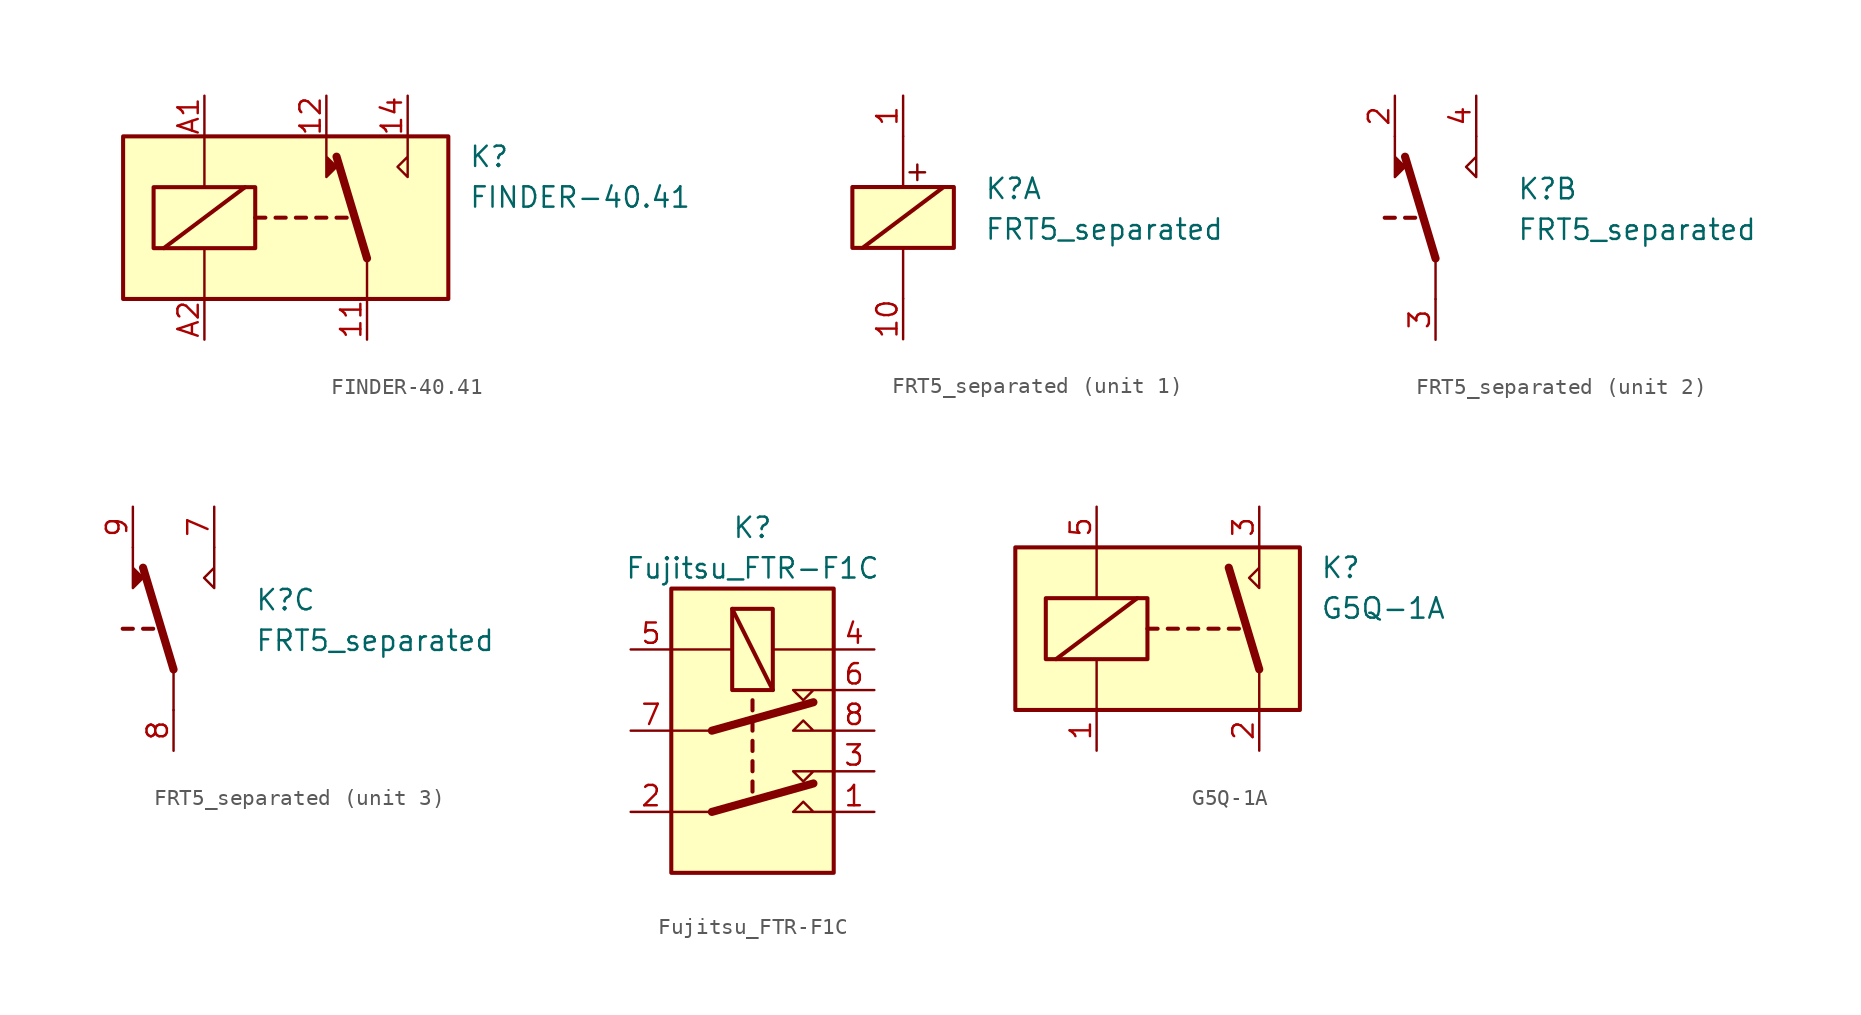
<source format=kicad_sym>
(kicad_symbol_lib
  (version 20231120)
  (generator "kicad_symbol_editor")
  (generator_version "8.0")
  (symbol "FINDER-40.41"
    (property "Reference" "K"
      (at 11.43 3.81 0)
      (effects (font (size 1.27 1.27)) (justify left)))
    (property "Value" "FINDER-40.41"
      (at 11.43 1.27 0)
      (effects (font (size 1.27 1.27)) (justify left)))
    (symbol "FINDER-40.41_0_0"
      (polyline (pts (xy 7.62 5.08) (xy 7.62 2.54) (xy 6.985 3.175) (xy 7.62 3.81)) (stroke (width 0) (type default)) (fill (type none))))
    (symbol "FINDER-40.41_0_1"
      (rectangle (start -10.16 5.08) (end 10.16 -5.08) (stroke (width 0.254) (type default)) (fill (type background)))
      (rectangle (start -8.255 1.905) (end -1.905 -1.905) (stroke (width 0.254) (type default)) (fill (type none)))
      (polyline (pts (xy -7.62 -1.905) (xy -2.54 1.905)) (stroke (width 0.254) (type default)) (fill (type none)))
      (polyline (pts (xy -5.08 -5.08) (xy -5.08 -1.905)) (stroke (width 0) (type default)) (fill (type none)))
      (polyline (pts (xy -5.08 5.08) (xy -5.08 1.905)) (stroke (width 0) (type default)) (fill (type none)))
      (polyline (pts (xy -1.905 0) (xy -1.27 0)) (stroke (width 0.254) (type default)) (fill (type none)))
      (polyline (pts (xy -0.635 0) (xy 0 0)) (stroke (width 0.254) (type default)) (fill (type none)))
      (polyline (pts (xy 0.635 0) (xy 1.27 0)) (stroke (width 0.254) (type default)) (fill (type none)))
      (polyline (pts (xy 1.905 0) (xy 2.54 0)) (stroke (width 0.254) (type default)) (fill (type none)))
      (polyline (pts (xy 3.175 0) (xy 3.81 0)) (stroke (width 0.254) (type default)) (fill (type none)))
      (polyline (pts (xy 5.08 -2.54) (xy 3.175 3.81)) (stroke (width 0.508) (type default)) (fill (type none)))
      (polyline (pts (xy 5.08 -2.54) (xy 5.08 -5.08)) (stroke (width 0) (type default)) (fill (type none)))
      (polyline (pts (xy 2.54 5.08) (xy 2.54 2.54) (xy 3.175 3.175) (xy 2.54 3.81)) (stroke (width 0) (type default)) (fill (type outline))))
    (symbol "FINDER-40.41_1_1"
      (pin passive line (at 5.08 -7.62 90) (length 2.54) (name "~" (effects (font (size 1.27 1.27)))) (number "11" (effects (font (size 1.27 1.27)))))
      (pin passive line (at 2.54 7.62 270) (length 2.54) (name "~" (effects (font (size 1.27 1.27)))) (number "12" (effects (font (size 1.27 1.27)))))
      (pin passive line (at 7.62 7.62 270) (length 2.54) (name "~" (effects (font (size 1.27 1.27)))) (number "14" (effects (font (size 1.27 1.27)))))
      (pin passive line (at -5.08 7.62 270) (length 2.54) (name "~" (effects (font (size 1.27 1.27)))) (number "A1" (effects (font (size 1.27 1.27)))))
      (pin passive line (at -5.08 -7.62 90) (length 2.54) (name "~" (effects (font (size 1.27 1.27)))) (number "A2" (effects (font (size 1.27 1.27)))))))
  (symbol "FRT5_separated"
    (property "Reference" "K"
      (at 5.08 2.54 0)
      (effects (font (size 1.27 1.27)) (justify left top)))
    (property "Value" "FRT5_separated"
      (at 5.08 0 0)
      (effects (font (size 1.27 1.27)) (justify left top)))
    (symbol "FRT5_separated_1_0"
      (text "+" (at 0.889 2.921 0) (effects (font (size 1.27 1.27)))))
    (symbol "FRT5_separated_1_1"
      (rectangle (start -3.175 1.905) (end 3.175 -1.905) (stroke (width 0.254) (type default)) (fill (type background)))
      (polyline (pts (xy -2.54 -1.905) (xy 2.54 1.905)) (stroke (width 0.254) (type default)) (fill (type none)))
      (polyline (pts (xy 0 -5.08) (xy 0 -1.905)) (stroke (width 0) (type default)) (fill (type none)))
      (polyline (pts (xy 0 5.08) (xy 0 1.905)) (stroke (width 0) (type default)) (fill (type none)))
      (pin passive line (at 0 7.62 270) (length 2.54) (name "~" (effects (font (size 1.27 1.27)))) (number "1" (effects (font (size 1.27 1.27)))))
      (pin passive line (at 0 -7.62 90) (length 2.54) (name "~" (effects (font (size 1.27 1.27)))) (number "10" (effects (font (size 1.27 1.27))))))
    (symbol "FRT5_separated_2_1"
      (polyline (pts (xy -3.175 0) (xy -2.54 0)) (stroke (width 0.254) (type default)) (fill (type none)))
      (polyline (pts (xy -1.905 0) (xy -1.27 0)) (stroke (width 0.254) (type default)) (fill (type none)))
      (polyline (pts (xy 0 -2.54) (xy -1.905 3.81)) (stroke (width 0.508) (type default)) (fill (type none)))
      (polyline (pts (xy 0 -2.54) (xy 0 -5.08)) (stroke (width 0) (type default)) (fill (type none)))
      (polyline (pts (xy -2.54 5.08) (xy -2.54 2.54) (xy -1.905 3.175) (xy -2.54 3.81)) (stroke (width 0) (type default)) (fill (type outline)))
      (polyline (pts (xy 2.54 5.08) (xy 2.54 2.54) (xy 1.905 3.175) (xy 2.54 3.81)) (stroke (width 0) (type default)) (fill (type none)))
      (pin passive line (at -2.54 7.62 270) (length 2.54) (name "~" (effects (font (size 1.27 1.27)))) (number "2" (effects (font (size 1.27 1.27)))))
      (pin passive line (at 0 -7.62 90) (length 2.54) (name "~" (effects (font (size 1.27 1.27)))) (number "3" (effects (font (size 1.27 1.27)))))
      (pin passive line (at 2.54 7.62 270) (length 2.54) (name "~" (effects (font (size 1.27 1.27)))) (number "4" (effects (font (size 1.27 1.27))))))
    (symbol "FRT5_separated_3_1"
      (polyline (pts (xy -3.175 0) (xy -2.54 0)) (stroke (width 0.254) (type default)) (fill (type none)))
      (polyline (pts (xy -1.905 0) (xy -1.27 0)) (stroke (width 0.254) (type default)) (fill (type none)))
      (polyline (pts (xy 0 -2.54) (xy -1.905 3.81)) (stroke (width 0.508) (type default)) (fill (type none)))
      (polyline (pts (xy 0 -2.54) (xy 0 -5.08)) (stroke (width 0) (type default)) (fill (type none)))
      (polyline (pts (xy -2.54 5.08) (xy -2.54 2.54) (xy -1.905 3.175) (xy -2.54 3.81)) (stroke (width 0) (type default)) (fill (type outline)))
      (polyline (pts (xy 2.54 5.08) (xy 2.54 2.54) (xy 1.905 3.175) (xy 2.54 3.81)) (stroke (width 0) (type default)) (fill (type none)))
      (pin passive line (at 2.54 7.62 270) (length 2.54) (name "~" (effects (font (size 1.27 1.27)))) (number "7" (effects (font (size 1.27 1.27)))))
      (pin passive line (at 0 -7.62 90) (length 2.54) (name "~" (effects (font (size 1.27 1.27)))) (number "8" (effects (font (size 1.27 1.27)))))
      (pin passive line (at -2.54 7.62 270) (length 2.54) (name "~" (effects (font (size 1.27 1.27)))) (number "9" (effects (font (size 1.27 1.27)))))))
  (symbol "Fujitsu_FTR-F1C"
    (property "Reference" "K"
      (at 0 12.7 0)
      (effects (font (size 1.27 1.27))))
    (property "Value" "Fujitsu_FTR-F1C"
      (at 0 10.16 0)
      (effects (font (size 1.27 1.27))))
    (symbol "Fujitsu_FTR-F1C_0_1"
      (rectangle (start -1.27 7.62) (end 1.27 2.54) (stroke (width 0.254) (type default)) (fill (type background)))
      (polyline (pts (xy -1.27 7.62) (xy 1.27 2.54)) (stroke (width 0.254) (type default)) (fill (type none)))
      (polyline (pts (xy 5.08 -2.54) (xy 2.54 -2.54) (xy 3.175 -3.175) (xy 3.81 -2.54)) (stroke (width 0) (type default)) (fill (type none)))
      (polyline (pts (xy 5.08 2.54) (xy 2.54 2.54) (xy 3.175 1.905) (xy 3.81 2.54)) (stroke (width 0) (type default)) (fill (type none))))
    (symbol "Fujitsu_FTR-F1C_1_1"
      (polyline (pts (xy -2.54 -5.08) (xy -5.08 -5.08)) (stroke (width 0) (type default)) (fill (type none)))
      (polyline (pts (xy -2.54 -5.08) (xy 3.81 -3.302)) (stroke (width 0.508) (type default)) (fill (type none)))
      (polyline (pts (xy -2.54 0) (xy -5.08 0)) (stroke (width 0) (type default)) (fill (type none)))
      (polyline (pts (xy -2.54 0) (xy 3.81 1.778)) (stroke (width 0.508) (type default)) (fill (type none)))
      (polyline (pts (xy 0 -3.175) (xy 0 -3.81)) (stroke (width 0.254) (type default)) (fill (type none)))
      (polyline (pts (xy 0 -1.905) (xy 0 -2.54)) (stroke (width 0.254) (type default)) (fill (type none)))
      (polyline (pts (xy 0 -0.635) (xy 0 -1.27)) (stroke (width 0.254) (type default)) (fill (type none)))
      (polyline (pts (xy 0 0.635) (xy 0 0)) (stroke (width 0.254) (type default)) (fill (type none)))
      (polyline (pts (xy 0 1.905) (xy 0 1.27)) (stroke (width 0.254) (type default)) (fill (type none)))
      (polyline (pts (xy 5.08 5.08) (xy 1.27 5.08)) (stroke (width 0) (type default)) (fill (type none)))
      (polyline (pts (xy -5.08 5.08) (xy -1.27 5.08) (xy -1.524 5.08)) (stroke (width 0) (type default)) (fill (type none)))
      (polyline (pts (xy 5.08 -5.08) (xy 2.54 -5.08) (xy 3.175 -4.445) (xy 3.81 -5.08)) (stroke (width 0) (type default)) (fill (type none)))
      (polyline (pts (xy 5.08 0) (xy 2.54 0) (xy 3.175 0.635) (xy 3.81 0)) (stroke (width 0) (type default)) (fill (type none)))
      (rectangle (start 5.08 8.89) (end -5.08 -8.89) (stroke (width 0.254) (type default)) (fill (type background)))
      (pin passive line (at 7.62 -5.08 180) (length 2.54) (name "~" (effects (font (size 1.27 1.27)))) (number "1" (effects (font (size 1.27 1.27)))))
      (pin passive line (at -7.62 -5.08 0) (length 2.54) (name "~" (effects (font (size 1.27 1.27)))) (number "2" (effects (font (size 1.27 1.27)))))
      (pin passive line (at 7.62 -2.54 180) (length 2.54) (name "~" (effects (font (size 1.27 1.27)))) (number "3" (effects (font (size 1.27 1.27)))))
      (pin passive line (at 7.62 5.08 180) (length 2.54) (name "~" (effects (font (size 1.27 1.27)))) (number "4" (effects (font (size 1.27 1.27)))))
      (pin passive line (at -7.62 5.08 0) (length 2.54) (name "~" (effects (font (size 1.27 1.27)))) (number "5" (effects (font (size 1.27 1.27)))))
      (pin passive line (at 7.62 2.54 180) (length 2.54) (name "~" (effects (font (size 1.27 1.27)))) (number "6" (effects (font (size 1.27 1.27)))))
      (pin passive line (at -7.62 0 0) (length 2.54) (name "~" (effects (font (size 1.27 1.27)))) (number "7" (effects (font (size 1.27 1.27)))))
      (pin passive line (at 7.62 0 180) (length 2.54) (name "~" (effects (font (size 1.27 1.27)))) (number "8" (effects (font (size 1.27 1.27)))))))
  (symbol "G5Q-1A"
    (property "Reference" "K"
      (at 8.89 3.81 0)
      (effects (font (size 1.27 1.27)) (justify left)))
    (property "Value" "G5Q-1A"
      (at 8.89 1.27 0)
      (effects (font (size 1.27 1.27)) (justify left)))
    (symbol "G5Q-1A_0_0"
      (polyline (pts (xy 5.08 5.08) (xy 5.08 2.54) (xy 4.445 3.175) (xy 5.08 3.81)) (stroke (width 0) (type default)) (fill (type none))))
    (symbol "G5Q-1A_0_1"
      (rectangle (start -10.16 5.08) (end 7.62 -5.08) (stroke (width 0.254) (type default)) (fill (type background)))
      (rectangle (start -8.255 1.905) (end -1.905 -1.905) (stroke (width 0.254) (type default)) (fill (type none)))
      (polyline (pts (xy -7.62 -1.905) (xy -2.54 1.905)) (stroke (width 0.254) (type default)) (fill (type none)))
      (polyline (pts (xy -5.08 -5.08) (xy -5.08 -1.905)) (stroke (width 0) (type default)) (fill (type none)))
      (polyline (pts (xy -5.08 5.08) (xy -5.08 1.905)) (stroke (width 0) (type default)) (fill (type none)))
      (polyline (pts (xy -1.905 0) (xy -1.27 0)) (stroke (width 0.254) (type default)) (fill (type none)))
      (polyline (pts (xy -0.635 0) (xy 0 0)) (stroke (width 0.254) (type default)) (fill (type none)))
      (polyline (pts (xy 0.635 0) (xy 1.27 0)) (stroke (width 0.254) (type default)) (fill (type none)))
      (polyline (pts (xy 1.905 0) (xy 2.54 0)) (stroke (width 0.254) (type default)) (fill (type none)))
      (polyline (pts (xy 3.175 0) (xy 3.81 0)) (stroke (width 0.254) (type default)) (fill (type none)))
      (polyline (pts (xy 5.08 -2.54) (xy 3.175 3.81)) (stroke (width 0.508) (type default)) (fill (type none)))
      (polyline (pts (xy 5.08 -2.54) (xy 5.08 -5.08)) (stroke (width 0) (type default)) (fill (type none))))
    (symbol "G5Q-1A_1_1"
      (pin passive line (at -5.08 -7.62 90) (length 2.54) (name "~" (effects (font (size 1.27 1.27)))) (number "1" (effects (font (size 1.27 1.27)))))
      (pin passive line (at 5.08 -7.62 90) (length 2.54) (name "~" (effects (font (size 1.27 1.27)))) (number "2" (effects (font (size 1.27 1.27)))))
      (pin passive line (at 5.08 7.62 270) (length 2.54) (name "~" (effects (font (size 1.27 1.27)))) (number "3" (effects (font (size 1.27 1.27)))))
      (pin passive line (at -5.08 7.62 270) (length 2.54) (name "~" (effects (font (size 1.27 1.27)))) (number "5" (effects (font (size 1.27 1.27))))))))
</source>
